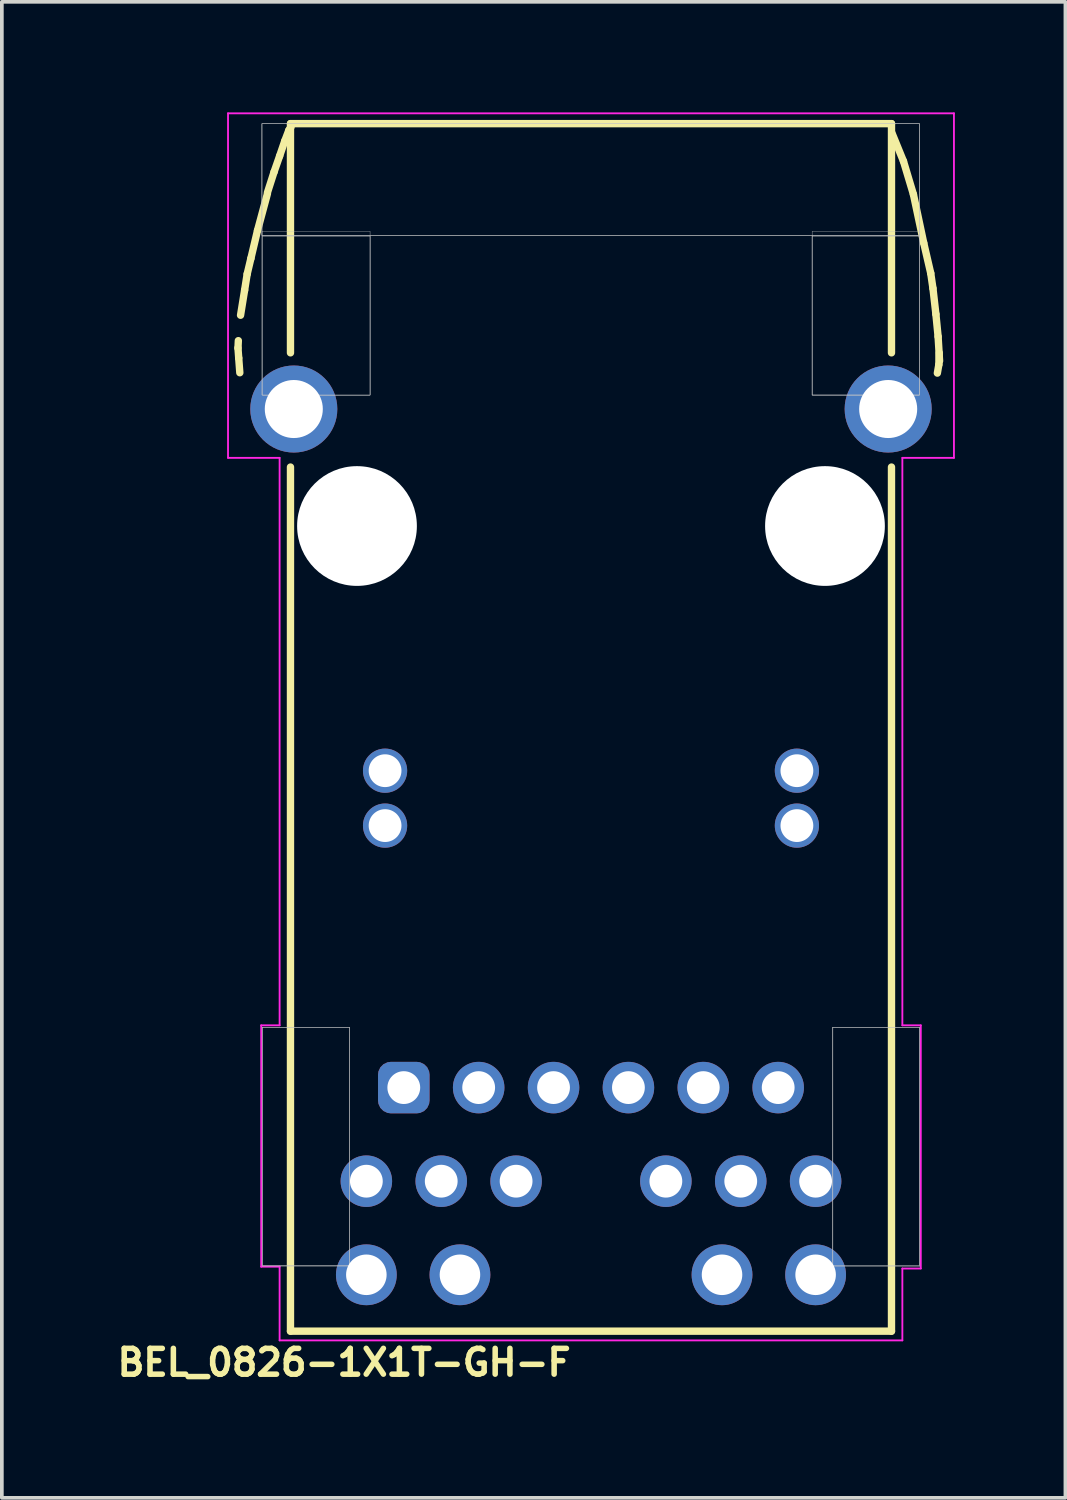
<source format=kicad_pcb>
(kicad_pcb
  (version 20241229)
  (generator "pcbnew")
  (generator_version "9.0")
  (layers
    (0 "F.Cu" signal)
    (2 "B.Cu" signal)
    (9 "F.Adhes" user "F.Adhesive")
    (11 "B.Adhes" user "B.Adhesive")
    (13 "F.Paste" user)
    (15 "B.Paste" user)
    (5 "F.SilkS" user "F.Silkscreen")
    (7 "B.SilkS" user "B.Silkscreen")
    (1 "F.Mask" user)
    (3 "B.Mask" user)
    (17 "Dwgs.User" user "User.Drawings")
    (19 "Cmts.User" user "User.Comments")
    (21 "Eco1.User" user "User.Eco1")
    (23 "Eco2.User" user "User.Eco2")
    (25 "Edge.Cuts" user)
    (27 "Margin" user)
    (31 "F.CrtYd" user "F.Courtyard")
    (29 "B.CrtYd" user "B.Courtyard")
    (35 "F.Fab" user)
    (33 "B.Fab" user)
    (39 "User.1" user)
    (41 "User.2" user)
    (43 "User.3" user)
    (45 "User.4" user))
  (footprint "BEL_0826-1X1T-GH-F"
    (layer "F.Cu")
    (at 12.988 11.225)
    (property "Reference" "BEL_0826-1X1T-GH-F" (at -6.7 22.7 180) (layer "F.SilkS") (effects (font (size 0.7 0.7) (thickness 0.15))))
    (attr through_hole)
    (fp_line (start -9.58 -4.83) (end -9.57 -5.03) (stroke (width 0.2) (type solid)) (layer "F.SilkS"))
    (fp_line (start -9.56 -4.56) (end -9.58 -4.83) (stroke (width 0.2) (type solid)) (layer "F.SilkS"))
    (fp_line (start -9.53 -4.16) (end -9.56 -4.56) (stroke (width 0.2) (type solid)) (layer "F.SilkS"))
    (fp_line (start -9.51 -5.72) (end -9.4 -6.4) (stroke (width 0.2) (type solid)) (layer "F.SilkS"))
    (fp_line (start -9.4 -6.4) (end -9.33 -6.84) (stroke (width 0.2) (type solid)) (layer "F.SilkS"))
    (fp_line (start -9.33 -6.84) (end -9.23 -7.26) (stroke (width 0.2) (type solid)) (layer "F.SilkS"))
    (fp_line (start -9.23 -7.26) (end -9.05 -8.02) (stroke (width 0.2) (type solid)) (layer "F.SilkS"))
    (fp_line (start -9.05 -8.02) (end -8.78 -9.02) (stroke (width 0.2) (type solid)) (layer "F.SilkS"))
    (fp_line (start -8.78 -9.05) (end -8.6 -9.61) (stroke (width 0.2) (type solid)) (layer "F.SilkS"))
    (fp_line (start -8.6 -9.61) (end -8.45 -10.04) (stroke (width 0.2) (type solid)) (layer "F.SilkS"))
    (fp_line (start -8.45 -10.04) (end -8.31 -10.45) (stroke (width 0.2) (type solid)) (layer "F.SilkS"))
    (fp_line (start -8.31 -10.45) (end -8.2 -10.74) (stroke (width 0.2) (type solid)) (layer "F.SilkS"))
    (fp_line (start -8.2 -10.74) (end -8.14 -10.83) (stroke (width 0.2) (type solid)) (layer "F.SilkS"))
    (fp_line (start -8.155 -10.92) (end 8.155 -10.92) (stroke (width 0.2) (type solid)) (layer "F.SilkS"))
    (fp_line (start -8.155 -4.7) (end -8.155 -10.92) (stroke (width 0.2) (type solid)) (layer "F.SilkS"))
    (fp_line (start -8.155 21.85) (end -8.155 -1.6) (stroke (width 0.2) (type solid)) (layer "F.SilkS"))
    (fp_line (start 8.155 -10.92) (end 8.155 -4.7) (stroke (width 0.2) (type solid)) (layer "F.SilkS"))
    (fp_line (start 8.155 -1.6) (end 8.155 21.85) (stroke (width 0.2) (type solid)) (layer "F.SilkS"))
    (fp_line (start 8.155 21.85) (end -8.155 21.85) (stroke (width 0.2) (type solid)) (layer "F.SilkS"))
    (fp_line (start 8.17 -10.66) (end 8.48 -9.9) (stroke (width 0.2) (type solid)) (layer "F.SilkS"))
    (fp_line (start 8.48 -9.9) (end 8.75 -9) (stroke (width 0.2) (type solid)) (layer "F.SilkS"))
    (fp_line (start 8.75 -9) (end 9.03 -7.68) (stroke (width 0.2) (type solid)) (layer "F.SilkS"))
    (fp_line (start 9.03 -7.68) (end 9.22 -6.86) (stroke (width 0.2) (type solid)) (layer "F.SilkS"))
    (fp_line (start 9.22 -6.86) (end 9.28 -6.45) (stroke (width 0.2) (type solid)) (layer "F.SilkS"))
    (fp_line (start 9.28 -6.45) (end 9.36 -5.75) (stroke (width 0.2) (type solid)) (layer "F.SilkS"))
    (fp_line (start 9.36 -5.75) (end 9.42 -5.14) (stroke (width 0.2) (type solid)) (layer "F.SilkS"))
    (fp_line (start 9.4 -4.15) (end 9.44 -4.38) (stroke (width 0.2) (type solid)) (layer "F.SilkS"))
    (fp_line (start 9.42 -5.14) (end 9.46 -4.48) (stroke (width 0.2) (type solid)) (layer "F.SilkS"))
    (fp_line (start 9.44 -4.38) (end 9.45 -4.7) (stroke (width 0.2) (type solid)) (layer "F.SilkS"))
    (fp_poly (pts (xy -8.932 -10.92) (xy 8.915 -10.92) (xy 8.915 -7.885) (xy -8.932 -7.885)) (stroke (width 0.01) (type solid)) (fill no) (layer "Dwgs.User"))
    (fp_poly (pts (xy -8.929 -10.92) (xy 8.915 -10.92) (xy 8.915 -7.882) (xy -8.929 -7.882)) (stroke (width 0.01) (type solid)) (fill no) (layer "Dwgs.User"))
    (fp_poly (pts (xy -8.928 -7.87) (xy -5.995 -7.87) (xy -5.995 -3.555) (xy -8.928 -3.555)) (stroke (width 0.01) (type solid)) (fill no) (layer "Dwgs.User"))
    (fp_poly (pts (xy -8.927 -8) (xy -5.995 -8) (xy -5.995 -3.555) (xy -8.927 -3.555)) (stroke (width 0.01) (type solid)) (fill no) (layer "Dwgs.User"))
    (fp_poly (pts (xy -8.927 -10.92) (xy 8.915 -10.92) (xy 8.915 -7.88) (xy -8.927 -7.88)) (stroke (width 0.01) (type solid)) (fill no) (layer "Dwgs.User"))
    (fp_poly (pts (xy -8.925 13.6) (xy -6.555 13.6) (xy -6.555 20.093) (xy -8.925 20.093)) (stroke (width 0.01) (type solid)) (fill no) (layer "Dwgs.User"))
    (fp_poly (pts (xy -8.917 13.6) (xy -6.555 13.6) (xy -6.555 20.074) (xy -8.917 20.074)) (stroke (width 0.01) (type solid)) (fill no) (layer "Dwgs.User"))
    (fp_poly (pts (xy -8.917 13.6) (xy -6.555 13.6) (xy -6.555 20.074) (xy -8.917 20.074)) (stroke (width 0.01) (type solid)) (fill no) (layer "Dwgs.User"))
    (fp_poly (pts (xy -8.915 -7.87) (xy -5.995 -7.87) (xy -5.995 -3.55) (xy -8.915 -3.55)) (stroke (width 0.01) (type solid)) (fill no) (layer "Dwgs.User"))
    (fp_poly (pts (xy 5.998 -7.87) (xy 8.915 -7.87) (xy 8.915 -3.552) (xy 5.998 -3.552)) (stroke (width 0.01) (type solid)) (fill no) (layer "Dwgs.User"))
    (fp_poly (pts (xy 6.002 -8) (xy 8.915 -8) (xy 8.915 -3.554) (xy 6.002 -3.554)) (stroke (width 0.01) (type solid)) (fill no) (layer "Dwgs.User"))
    (fp_poly (pts (xy 6.004 -7.87) (xy 8.915 -7.87) (xy 8.915 -3.556) (xy 6.004 -3.556)) (stroke (width 0.01) (type solid)) (fill no) (layer "Dwgs.User"))
    (fp_poly (pts (xy 6.555 13.6) (xy 8.915 13.6) (xy 8.915 20.07) (xy 6.555 20.07)) (stroke (width 0.01) (type solid)) (fill no) (layer "Dwgs.User"))
    (fp_poly (pts (xy 6.555 13.6) (xy 8.915 13.6) (xy 8.915 20.071) (xy 6.555 20.071)) (stroke (width 0.01) (type solid)) (fill no) (layer "Dwgs.User"))
    (fp_poly (pts (xy 6.565 13.6) (xy 8.915 13.6) (xy 8.915 20.101) (xy 6.565 20.101)) (stroke (width 0.01) (type solid)) (fill no) (layer "Dwgs.User"))
    (fp_line (start -9.85 -11.2) (end 9.85 -11.2) (stroke (width 0.05) (type solid)) (layer "F.CrtYd"))
    (fp_line (start -9.85 -1.85) (end -9.85 -11.2) (stroke (width 0.05) (type solid)) (layer "F.CrtYd"))
    (fp_line (start -8.95 13.55) (end -8.45 13.55) (stroke (width 0.05) (type solid)) (layer "F.CrtYd"))
    (fp_line (start -8.95 20.1) (end -8.95 13.55) (stroke (width 0.05) (type solid)) (layer "F.CrtYd"))
    (fp_line (start -8.45 -1.85) (end -9.85 -1.85) (stroke (width 0.05) (type solid)) (layer "F.CrtYd"))
    (fp_line (start -8.45 13.55) (end -8.45 -1.85) (stroke (width 0.05) (type solid)) (layer "F.CrtYd"))
    (fp_line (start -8.45 20.1) (end -8.95 20.1) (stroke (width 0.05) (type solid)) (layer "F.CrtYd"))
    (fp_line (start -8.45 22.1) (end -8.45 20.1) (stroke (width 0.05) (type solid)) (layer "F.CrtYd"))
    (fp_line (start 8.45 -1.85) (end 8.45 13.55) (stroke (width 0.05) (type solid)) (layer "F.CrtYd"))
    (fp_line (start 8.45 13.55) (end 8.95 13.55) (stroke (width 0.05) (type solid)) (layer "F.CrtYd"))
    (fp_line (start 8.45 20.15) (end 8.45 22.1) (stroke (width 0.05) (type solid)) (layer "F.CrtYd"))
    (fp_line (start 8.45 22.1) (end -8.45 22.1) (stroke (width 0.05) (type solid)) (layer "F.CrtYd"))
    (fp_line (start 8.95 13.55) (end 8.95 20.15) (stroke (width 0.05) (type solid)) (layer "F.CrtYd"))
    (fp_line (start 8.95 20.15) (end 8.45 20.15) (stroke (width 0.05) (type solid)) (layer "F.CrtYd"))
    (fp_line (start 9.85 -11.2) (end 9.85 -1.85) (stroke (width 0.05) (type solid)) (layer "F.CrtYd"))
    (fp_line (start 9.85 -1.85) (end 8.45 -1.85) (stroke (width 0.05) (type solid)) (layer "F.CrtYd"))
    (pad "" np_thru_hole circle (at -6.35 0) (size 3.25 3.25) (drill 3.25) (layers "*.Cu" "*.Mask"))
    (pad "" np_thru_hole circle (at 6.35 0) (size 3.25 3.25) (drill 3.25) (layers "*.Cu" "*.Mask"))
    (pad "1" thru_hole roundrect (at -5.08 15.24) (size 1.398 1.398) (drill 0.89) (layers "*.Cu" "*.Mask") (roundrect_rratio 0.25))
    (pad "2" thru_hole circle (at -3.048 15.24) (size 1.398 1.398) (drill 0.89) (layers "*.Cu" "*.Mask"))
    (pad "3" thru_hole circle (at -1.016 15.24) (size 1.398 1.398) (drill 0.89) (layers "*.Cu" "*.Mask"))
    (pad "4" thru_hole circle (at 1.016 15.24) (size 1.398 1.398) (drill 0.89) (layers "*.Cu" "*.Mask"))
    (pad "5" thru_hole circle (at 3.048 15.24) (size 1.398 1.398) (drill 0.89) (layers "*.Cu" "*.Mask"))
    (pad "6" thru_hole circle (at 5.08 15.24) (size 1.398 1.398) (drill 0.89) (layers "*.Cu" "*.Mask"))
    (pad "7" thru_hole circle (at -6.096 17.78) (size 1.398 1.398) (drill 0.89) (layers "*.Cu" "*.Mask"))
    (pad "8" thru_hole circle (at -4.064 17.78) (size 1.398 1.398) (drill 0.89) (layers "*.Cu" "*.Mask"))
    (pad "9" thru_hole circle (at -2.032 17.78) (size 1.398 1.398) (drill 0.89) (layers "*.Cu" "*.Mask"))
    (pad "10" thru_hole circle (at 2.032 17.78) (size 1.398 1.398) (drill 0.89) (layers "*.Cu" "*.Mask"))
    (pad "11" thru_hole circle (at 4.064 17.78) (size 1.398 1.398) (drill 0.89) (layers "*.Cu" "*.Mask"))
    (pad "12" thru_hole circle (at 6.096 17.78) (size 1.398 1.398) (drill 0.89) (layers "*.Cu" "*.Mask"))
    (pad "13" thru_hole circle (at -5.588 8.13) (size 1.2 1.2) (drill 0.89) (layers "*.Cu" "*.Mask"))
    (pad "14" thru_hole circle (at 5.588 8.13) (size 1.2 1.2) (drill 0.89) (layers "*.Cu" "*.Mask"))
    (pad "15" thru_hole circle (at -5.588 6.64) (size 1.2 1.2) (drill 0.89) (layers "*.Cu" "*.Mask"))
    (pad "16" thru_hole circle (at 5.588 6.64) (size 1.2 1.2) (drill 0.89) (layers "*.Cu" "*.Mask"))
    (pad "17" thru_hole circle (at -6.096 20.32) (size 1.65 1.65) (drill 1.1) (layers "*.Cu" "*.Mask"))
    (pad "18" thru_hole circle (at -3.556 20.32) (size 1.65 1.65) (drill 1.1) (layers "*.Cu" "*.Mask"))
    (pad "19" thru_hole circle (at 3.556 20.32) (size 1.65 1.65) (drill 1.1) (layers "*.Cu" "*.Mask"))
    (pad "20" thru_hole circle (at 6.096 20.32) (size 1.65 1.65) (drill 1.1) (layers "*.Cu" "*.Mask"))
    (pad "21" thru_hole circle (at -8.065 -3.175) (size 2.362 2.362) (drill 1.575) (layers "*.Cu" "*.Mask"))
    (pad "22" thru_hole circle (at 8.065 -3.175) (size 2.362 2.362) (drill 1.575) (layers "*.Cu" "*.Mask")))
  (gr_rect
    (start -3 -3)
    (end 25.863 37.598)
    (stroke (width 0.1) (type default))
    (fill no)
    (layer "Edge.Cuts")))
</source>
